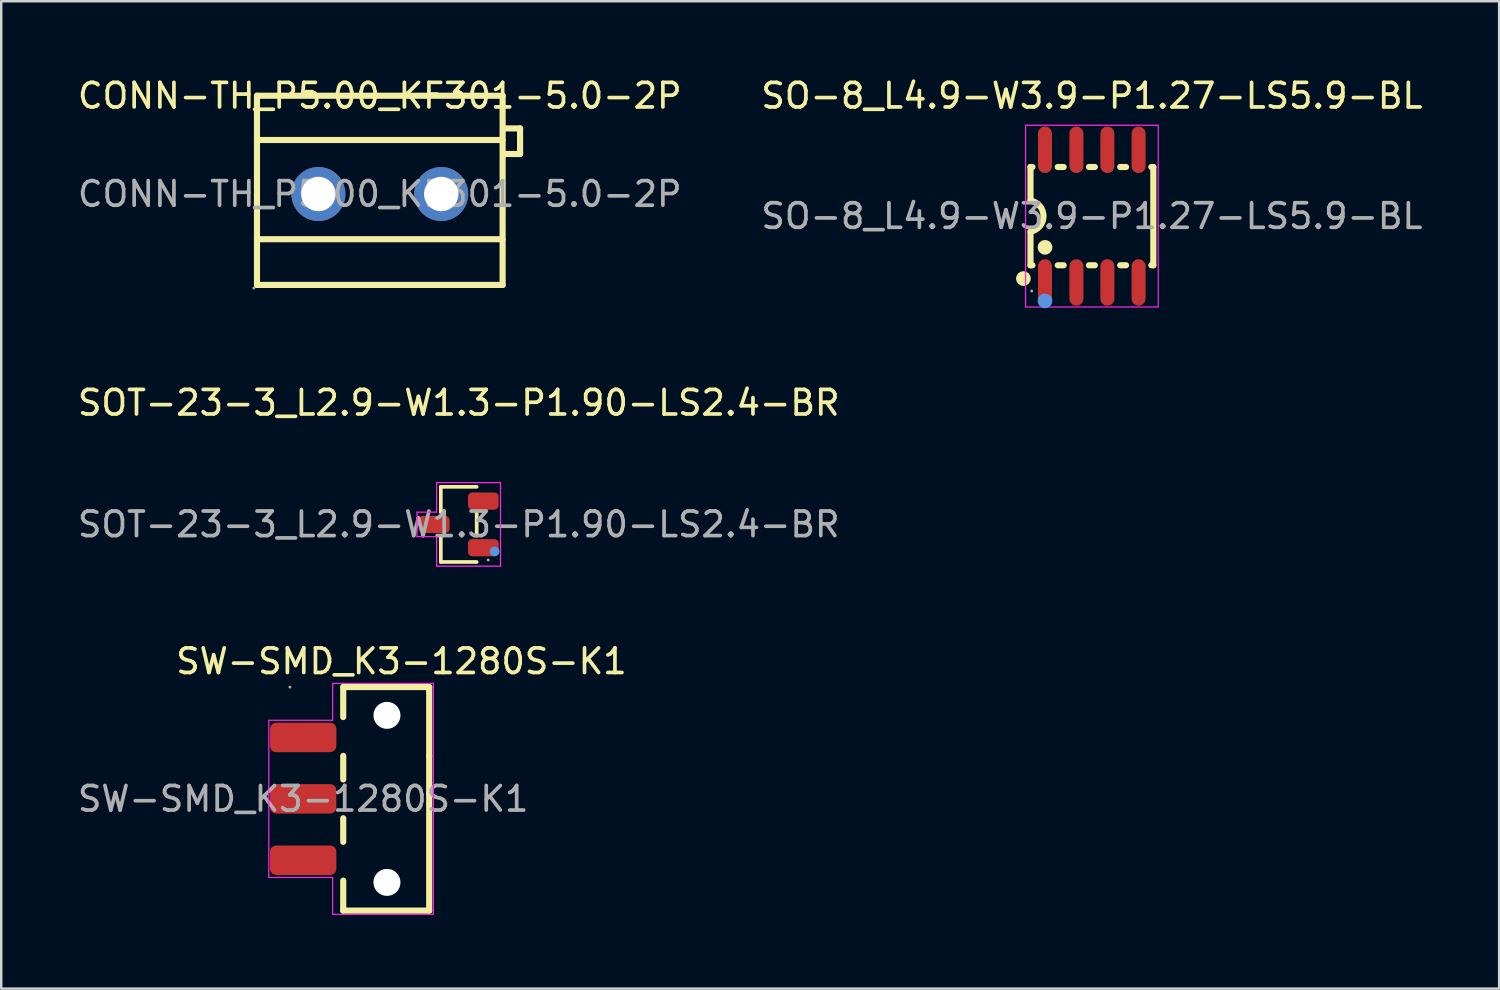
<source format=kicad_pcb>
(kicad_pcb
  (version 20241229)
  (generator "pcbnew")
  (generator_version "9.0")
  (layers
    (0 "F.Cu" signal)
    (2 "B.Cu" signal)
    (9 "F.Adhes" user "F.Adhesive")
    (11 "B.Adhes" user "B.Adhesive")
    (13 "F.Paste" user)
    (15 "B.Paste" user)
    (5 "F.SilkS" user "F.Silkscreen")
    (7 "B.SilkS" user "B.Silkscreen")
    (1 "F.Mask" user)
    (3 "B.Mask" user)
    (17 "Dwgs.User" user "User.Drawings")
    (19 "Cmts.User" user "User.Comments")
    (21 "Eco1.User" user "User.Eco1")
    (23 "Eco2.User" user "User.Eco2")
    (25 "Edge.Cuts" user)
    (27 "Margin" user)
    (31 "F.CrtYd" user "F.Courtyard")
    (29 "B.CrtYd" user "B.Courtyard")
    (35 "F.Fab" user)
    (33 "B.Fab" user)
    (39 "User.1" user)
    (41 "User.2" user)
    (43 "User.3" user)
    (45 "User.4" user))
  (footprint "SOT-23-3_L2.9-W1.3-P1.90-LS2.4-BR"
    (layer "F.Cu")
    (at 15.625 18.297)
    (property "Reference" "SOT-23-3_L2.9-W1.3-P1.90-LS2.4-BR" (at 0 -4.95 0) (layer "F.SilkS") (effects (font (size 1 1) (thickness 0.15))))
    (attr smd)
    (fp_line (start -0.73 -1.53) (end -0.73 -0.49) (stroke (width 0.15) (type solid)) (layer "F.SilkS"))
    (fp_line (start -0.73 1.53) (end -0.73 0.49) (stroke (width 0.15) (type solid)) (layer "F.SilkS"))
    (fp_line (start 0.73 -1.53) (end -0.73 -1.53) (stroke (width 0.15) (type solid)) (layer "F.SilkS"))
    (fp_line (start 0.73 -0.46) (end 0.73 0.46) (stroke (width 0.15) (type solid)) (layer "F.SilkS"))
    (fp_line (start 0.73 1.53) (end -0.73 1.53) (stroke (width 0.15) (type solid)) (layer "F.SilkS"))
    (fp_circle (center 1.46 1.1) (end 1.56 1.1) (stroke (width 0.2) (type solid)) (fill no) (layer "Cmts.User"))
    (fp_line (start -1.7 -0.5) (end -0.9 -0.5) (stroke (width 0.05) (type default)) (layer "F.CrtYd"))
    (fp_line (start -1.7 0.5) (end -1.7 -0.5) (stroke (width 0.05) (type default)) (layer "F.CrtYd"))
    (fp_line (start -0.9 -1.7) (end 1.7 -1.7) (stroke (width 0.05) (type default)) (layer "F.CrtYd"))
    (fp_line (start -0.9 -0.5) (end -0.9 -1.7) (stroke (width 0.05) (type default)) (layer "F.CrtYd"))
    (fp_line (start -0.9 0.5) (end -1.7 0.5) (stroke (width 0.05) (type default)) (layer "F.CrtYd"))
    (fp_line (start -0.9 1.7) (end -0.9 0.5) (stroke (width 0.05) (type default)) (layer "F.CrtYd"))
    (fp_line (start 1.7 -1.7) (end 1.7 1.7) (stroke (width 0.05) (type default)) (layer "F.CrtYd"))
    (fp_line (start 1.7 1.7) (end -0.9 1.7) (stroke (width 0.05) (type default)) (layer "F.CrtYd"))
    (fp_circle (center 1.2 1.45) (end 1.23 1.45) (stroke (width 0.06) (type solid)) (fill no) (layer "F.Fab"))
    (fp_text user "${REFERENCE}" (at 0 0 0) (layer "F.Fab") (effects (font (size 1 1) (thickness 0.15))))
    (pad "1" smd roundrect (at -1 0) (size 1.25 0.7) (layers "F.Cu" "F.Mask" "F.Paste") (roundrect_rratio 0.25))
    (pad "2" smd roundrect (at 1 0.95) (size 1.25 0.7) (layers "F.Cu" "F.Mask" "F.Paste") (roundrect_rratio 0.25))
    (pad "3" smd roundrect (at 1 -0.95) (size 1.25 0.7) (layers "F.Cu" "F.Mask" "F.Paste") (roundrect_rratio 0.25)))
  (footprint "CONN-TH_P5.00_KF301-5.0-2P"
    (layer "F.Cu")
    (at 12.411 4.848)
    (property "Reference" "CONN-TH_P5.00_KF301-5.0-2P" (at 0 -4 0) (layer "F.SilkS") (effects (font (size 1 1) (thickness 0.15))))
    (attr through_hole)
    (fp_line (start -5 -4) (end -5 3.7) (stroke (width 0.25) (type solid)) (layer "F.SilkS"))
    (fp_line (start -5 -4) (end 5 -4) (stroke (width 0.25) (type solid)) (layer "F.SilkS"))
    (fp_line (start -5 -2.2) (end 5 -2.2) (stroke (width 0.25) (type solid)) (layer "F.SilkS"))
    (fp_line (start -5 1.84) (end 5 1.84) (stroke (width 0.25) (type solid)) (layer "F.SilkS"))
    (fp_line (start -5 3.7) (end 5 3.7) (stroke (width 0.25) (type solid)) (layer "F.SilkS"))
    (fp_line (start 5 -4) (end 5 3.7) (stroke (width 0.25) (type solid)) (layer "F.SilkS"))
    (fp_line (start 5.08 -2.67) (end 5.71 -2.67) (stroke (width 0.25) (type solid)) (layer "F.SilkS"))
    (fp_line (start 5.71 -2.67) (end 5.71 -1.63) (stroke (width 0.25) (type solid)) (layer "F.SilkS"))
    (fp_line (start 5.71 -1.63) (end 5.08 -1.63) (stroke (width 0.25) (type solid)) (layer "F.SilkS"))
    (fp_circle (center -5.13 3.83) (end -5.1 3.83) (stroke (width 0.06) (type solid)) (fill no) (layer "F.Fab"))
    (fp_circle (center -2.5 0) (end -2.2 0) (stroke (width 0.6) (type solid)) (fill no) (layer "F.Fab"))
    (fp_circle (center 2.5 0) (end 2.8 0) (stroke (width 0.6) (type solid)) (fill no) (layer "F.Fab"))
    (fp_text user "${REFERENCE}" (at 0 0 0) (layer "F.Fab") (effects (font (size 1 1) (thickness 0.15))))
    (pad "1" thru_hole circle (at -2.5 0) (size 2.2 2.2) (drill 1.4) (layers "*.Cu" "*.Mask"))
    (pad "2" thru_hole circle (at 2.5 0) (size 2.2 2.2) (drill 1.4) (layers "*.Cu" "*.Mask")))
  (footprint "SO-8_L4.9-W3.9-P1.27-LS5.9-BL"
    (layer "F.Cu")
    (at 41.399 5.748)
    (property "Reference" "SO-8_L4.9-W3.9-P1.27-LS5.9-BL" (at 0 -4.9 0) (layer "F.SilkS") (effects (font (size 1 1) (thickness 0.15))))
    (attr smd)
    (fp_line (start -2.5 -2) (end -2.5 -0.63) (stroke (width 0.25) (type solid)) (layer "F.SilkS"))
    (fp_line (start -2.5 -2) (end -2.42 -2) (stroke (width 0.25) (type solid)) (layer "F.SilkS"))
    (fp_line (start -2.5 2) (end -2.5 0.63) (stroke (width 0.25) (type solid)) (layer "F.SilkS"))
    (fp_line (start -2.5 2) (end -2.42 2) (stroke (width 0.25) (type solid)) (layer "F.SilkS"))
    (fp_line (start -1.39 -2) (end -1.15 -2) (stroke (width 0.25) (type solid)) (layer "F.SilkS"))
    (fp_line (start -1.39 2) (end -1.15 2) (stroke (width 0.25) (type solid)) (layer "F.SilkS"))
    (fp_line (start -0.12 -2) (end 0.12 -2) (stroke (width 0.25) (type solid)) (layer "F.SilkS"))
    (fp_line (start -0.12 2) (end 0.12 2) (stroke (width 0.25) (type solid)) (layer "F.SilkS"))
    (fp_line (start 1.15 -2) (end 1.39 -2) (stroke (width 0.25) (type solid)) (layer "F.SilkS"))
    (fp_line (start 1.15 2) (end 1.39 2) (stroke (width 0.25) (type solid)) (layer "F.SilkS"))
    (fp_line (start 2.42 -2) (end 2.5 -2) (stroke (width 0.25) (type solid)) (layer "F.SilkS"))
    (fp_line (start 2.42 2) (end 2.5 2) (stroke (width 0.25) (type solid)) (layer "F.SilkS"))
    (fp_line (start 2.5 -2) (end 2.5 2) (stroke (width 0.25) (type solid)) (layer "F.SilkS"))
    (fp_arc (start -2.5 -0.63) (mid -1.970474 -0.002632) (end -2.494818 0.629073) (stroke (width 0.25) (type solid)) (layer "F.SilkS"))
    (fp_circle (center -2.79 2.54) (end -2.64 2.54) (stroke (width 0.3) (type solid)) (fill no) (layer "F.SilkS"))
    (fp_circle (center -1.91 1.27) (end -1.76 1.27) (stroke (width 0.3) (type solid)) (fill no) (layer "F.SilkS"))
    (fp_circle (center -1.91 3.45) (end -1.76 3.45) (stroke (width 0.3) (type solid)) (fill no) (layer "Cmts.User"))
    (fp_line (start -2.7 -3.7) (end 2.7 -3.7) (stroke (width 0.05) (type default)) (layer "F.CrtYd"))
    (fp_line (start -2.7 3.7) (end -2.7 -3.7) (stroke (width 0.05) (type default)) (layer "F.CrtYd"))
    (fp_line (start 2.7 -3.7) (end 2.7 3.7) (stroke (width 0.05) (type default)) (layer "F.CrtYd"))
    (fp_line (start 2.7 3.7) (end -2.7 3.7) (stroke (width 0.05) (type default)) (layer "F.CrtYd"))
    (fp_circle (center -2.45 3.05) (end -2.42 3.05) (stroke (width 0.06) (type solid)) (fill no) (layer "F.Fab"))
    (fp_text user "${REFERENCE}" (at 0 0 0) (layer "F.Fab") (effects (font (size 1 1) (thickness 0.15))))
    (pad "1" smd oval (at -1.91 2.7) (size 0.57 1.89) (layers "F.Cu" "F.Mask" "F.Paste"))
    (pad "2" smd oval (at -0.63 2.7) (size 0.57 1.89) (layers "F.Cu" "F.Mask" "F.Paste"))
    (pad "3" smd oval (at 0.63 2.7) (size 0.57 1.89) (layers "F.Cu" "F.Mask" "F.Paste"))
    (pad "4" smd oval (at 1.9 2.7) (size 0.57 1.89) (layers "F.Cu" "F.Mask" "F.Paste"))
    (pad "5" smd oval (at 1.9 -2.7) (size 0.57 1.89) (layers "F.Cu" "F.Mask" "F.Paste"))
    (pad "6" smd oval (at 0.63 -2.7) (size 0.57 1.89) (layers "F.Cu" "F.Mask" "F.Paste"))
    (pad "7" smd oval (at -0.63 -2.7) (size 0.57 1.89) (layers "F.Cu" "F.Mask" "F.Paste"))
    (pad "8" smd oval (at -1.91 -2.7) (size 0.57 1.89) (layers "F.Cu" "F.Mask" "F.Paste")))
  (footprint "SW-SMD_K3-1280S-K1"
    (layer "F.Cu")
    (at 9.292 29.47)
    (property "Reference" "SW-SMD_K3-1280S-K1" (at 4 -5.6 0) (layer "F.SilkS") (effects (font (size 1 1) (thickness 0.15))))
    (attr smd)
    (fp_line (start 1.63 -4.55) (end 1.63 -3.33) (stroke (width 0.25) (type solid)) (layer "F.SilkS"))
    (fp_line (start 1.63 -4.55) (end 5.13 -4.55) (stroke (width 0.25) (type solid)) (layer "F.SilkS"))
    (fp_line (start 1.63 -1.75) (end 1.63 -0.79) (stroke (width 0.25) (type solid)) (layer "F.SilkS"))
    (fp_line (start 1.63 0.79) (end 1.63 1.75) (stroke (width 0.25) (type solid)) (layer "F.SilkS"))
    (fp_line (start 1.63 3.33) (end 1.63 4.55) (stroke (width 0.25) (type solid)) (layer "F.SilkS"))
    (fp_line (start 5.13 -4.55) (end 5.13 4.55) (stroke (width 0.25) (type solid)) (layer "F.SilkS"))
    (fp_line (start 5.13 -1.75) (end 5.13 -1.74) (stroke (width 0.25) (type solid)) (layer "F.SilkS"))
    (fp_line (start 5.13 -0.25) (end 5.13 -0.23) (stroke (width 0.25) (type solid)) (layer "F.SilkS"))
    (fp_line (start 5.13 4.55) (end 1.63 4.55) (stroke (width 0.25) (type solid)) (layer "F.SilkS"))
    (fp_circle (center 3.41 -3.4) (end 3.66 -3.4) (stroke (width 0.5) (type solid)) (fill no) (layer "Cmts.User"))
    (fp_circle (center 3.41 3.4) (end 3.66 3.4) (stroke (width 0.5) (type solid)) (fill no) (layer "Cmts.User"))
    (fp_line (start -1.4 -3.2) (end 1.2 -3.2) (stroke (width 0.05) (type default)) (layer "F.CrtYd"))
    (fp_line (start -1.4 3.2) (end -1.4 -3.2) (stroke (width 0.05) (type default)) (layer "F.CrtYd"))
    (fp_line (start 1.2 -4.7) (end 5.3 -4.7) (stroke (width 0.05) (type default)) (layer "F.CrtYd"))
    (fp_line (start 1.2 -3.2) (end 1.2 -4.7) (stroke (width 0.05) (type default)) (layer "F.CrtYd"))
    (fp_line (start 1.2 3.2) (end -1.4 3.2) (stroke (width 0.05) (type default)) (layer "F.CrtYd"))
    (fp_line (start 1.2 4.7) (end 1.2 3.2) (stroke (width 0.05) (type default)) (layer "F.CrtYd"))
    (fp_line (start 5.3 -4.7) (end 5.3 4.7) (stroke (width 0.05) (type default)) (layer "F.CrtYd"))
    (fp_line (start 5.3 4.7) (end 1.2 4.7) (stroke (width 0.05) (type default)) (layer "F.CrtYd"))
    (fp_circle (center -0.54 -4.55) (end -0.51 -4.55) (stroke (width 0.06) (type solid)) (fill no) (layer "F.Fab"))
    (fp_text user "${REFERENCE}" (at 0 0 0) (layer "F.Fab") (effects (font (size 1 1) (thickness 0.15))))
    (pad "" np_thru_hole circle (at 3.41 -3.4) (size 1.1 1.1) (drill 1.1) (layers "*.Cu" "*.Mask"))
    (pad "" np_thru_hole circle (at 3.41 3.4) (size 1.1 1.1) (drill 1.1) (layers "*.Cu" "*.Mask"))
    (pad "1" smd roundrect (at 0 -2.5) (size 2.7 1.2) (layers "F.Cu" "F.Mask" "F.Paste") (roundrect_rratio 0.208))
    (pad "2" smd roundrect (at 0 0) (size 2.7 1.2) (layers "F.Cu" "F.Mask" "F.Paste") (roundrect_rratio 0.208))
    (pad "3" smd roundrect (at 0 2.5) (size 2.7 1.2) (layers "F.Cu" "F.Mask" "F.Paste") (roundrect_rratio 0.208)))
  (gr_rect
    (start -3 -3)
    (end 57.976 37.195)
    (stroke (width 0.1) (type default))
    (fill no)
    (layer "Edge.Cuts")))
</source>
